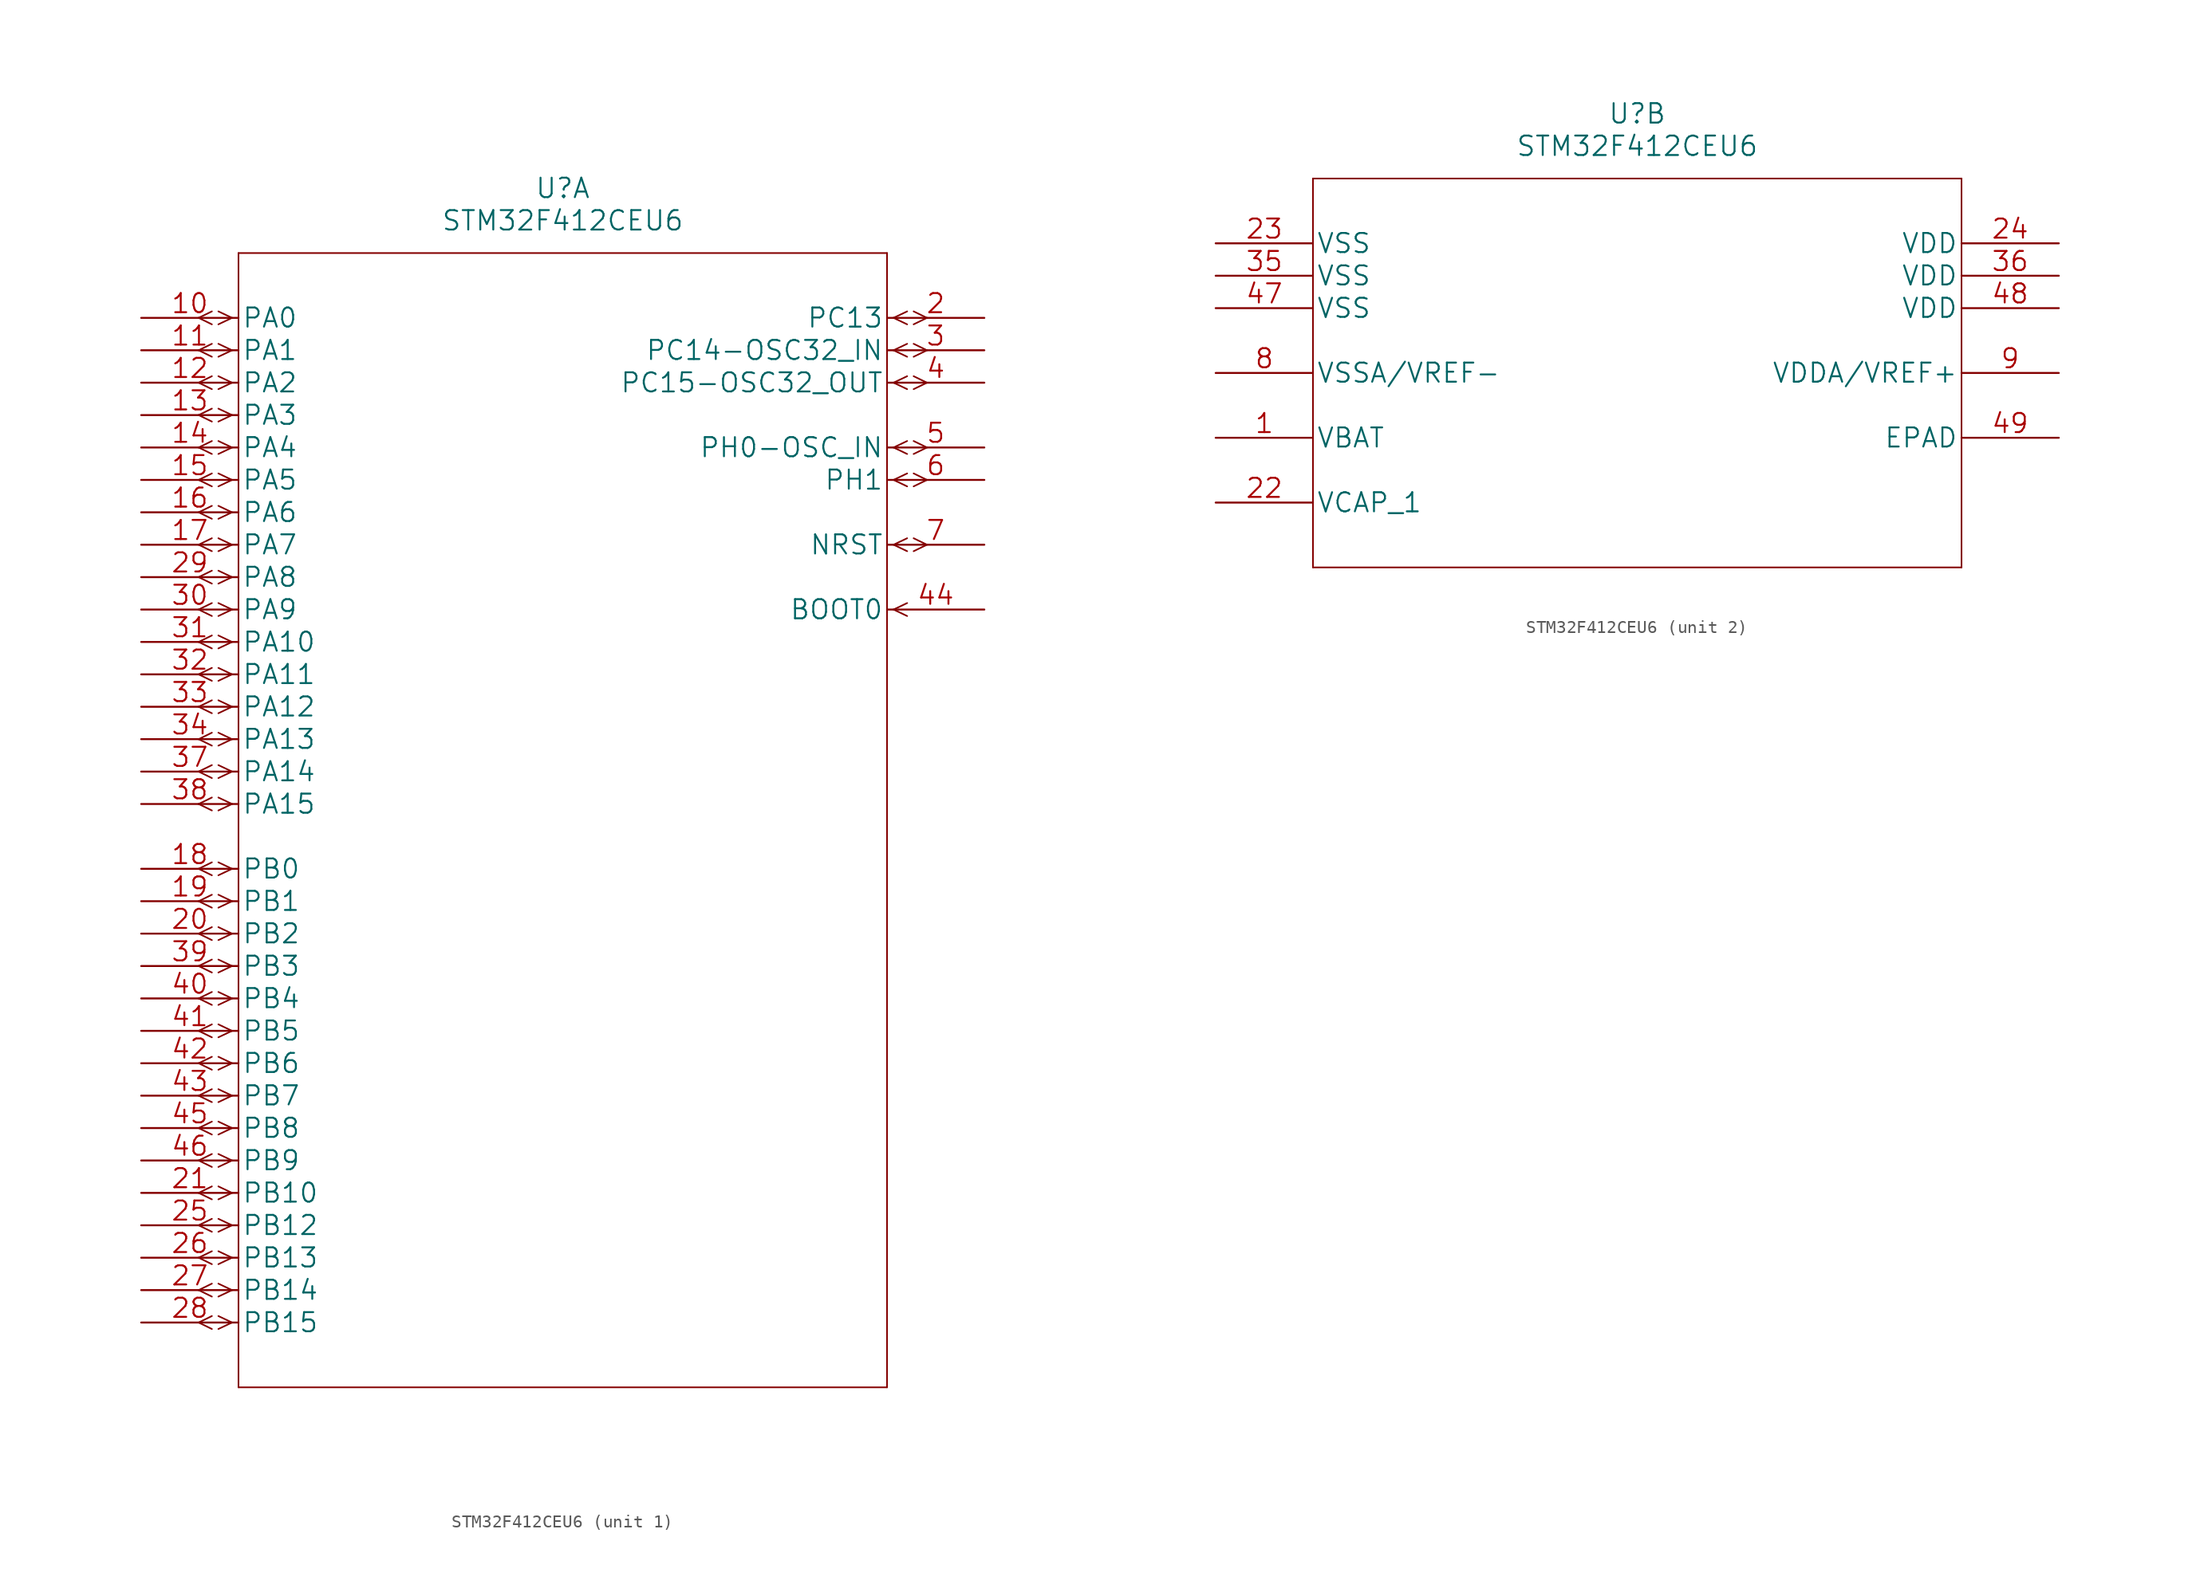
<source format=kicad_sym>
(kicad_symbol_lib
  (version 20211014)
  (generator kicad_symbol_editor)
  (symbol "STM32F412CEU6"
    (pin_names
      (offset 0.254))
    (property "Reference" "U"
      (at 33.02 10.16 0)
      (effects (font (size 1.524 1.524))))
    (property "Value" "STM32F412CEU6"
      (at 33.02 7.62 0)
      (effects (font (size 1.524 1.524))))
    (property "Datasheet" ""
      (at 0 0 0)
      (effects (font (size 1.524 1.524))))
    (symbol "STM32F412CEU6_1_1"
      (polyline (pts (xy 5.537 -79.248) (xy 4.496 -78.74)) (stroke (width 0.127) (type default) (color 0 0 0 0)) (fill (type none)))
      (polyline (pts (xy 5.537 -78.232) (xy 4.496 -78.74)) (stroke (width 0.127) (type default) (color 0 0 0 0)) (fill (type none)))
      (polyline (pts (xy 5.537 -76.708) (xy 4.496 -76.2)) (stroke (width 0.127) (type default) (color 0 0 0 0)) (fill (type none)))
      (polyline (pts (xy 5.537 -75.692) (xy 4.496 -76.2)) (stroke (width 0.127) (type default) (color 0 0 0 0)) (fill (type none)))
      (polyline (pts (xy 5.537 -74.168) (xy 4.496 -73.66)) (stroke (width 0.127) (type default) (color 0 0 0 0)) (fill (type none)))
      (polyline (pts (xy 5.537 -73.152) (xy 4.496 -73.66)) (stroke (width 0.127) (type default) (color 0 0 0 0)) (fill (type none)))
      (polyline (pts (xy 5.537 -71.628) (xy 4.496 -71.12)) (stroke (width 0.127) (type default) (color 0 0 0 0)) (fill (type none)))
      (polyline (pts (xy 5.537 -70.612) (xy 4.496 -71.12)) (stroke (width 0.127) (type default) (color 0 0 0 0)) (fill (type none)))
      (polyline (pts (xy 5.537 -69.088) (xy 4.496 -68.58)) (stroke (width 0.127) (type default) (color 0 0 0 0)) (fill (type none)))
      (polyline (pts (xy 5.537 -68.072) (xy 4.496 -68.58)) (stroke (width 0.127) (type default) (color 0 0 0 0)) (fill (type none)))
      (polyline (pts (xy 5.537 -66.548) (xy 4.496 -66.04)) (stroke (width 0.127) (type default) (color 0 0 0 0)) (fill (type none)))
      (polyline (pts (xy 5.537 -65.532) (xy 4.496 -66.04)) (stroke (width 0.127) (type default) (color 0 0 0 0)) (fill (type none)))
      (polyline (pts (xy 5.537 -64.008) (xy 4.496 -63.5)) (stroke (width 0.127) (type default) (color 0 0 0 0)) (fill (type none)))
      (polyline (pts (xy 5.537 -62.992) (xy 4.496 -63.5)) (stroke (width 0.127) (type default) (color 0 0 0 0)) (fill (type none)))
      (polyline (pts (xy 5.537 -61.468) (xy 4.496 -60.96)) (stroke (width 0.127) (type default) (color 0 0 0 0)) (fill (type none)))
      (polyline (pts (xy 5.537 -60.452) (xy 4.496 -60.96)) (stroke (width 0.127) (type default) (color 0 0 0 0)) (fill (type none)))
      (polyline (pts (xy 5.537 -58.928) (xy 4.496 -58.42)) (stroke (width 0.127) (type default) (color 0 0 0 0)) (fill (type none)))
      (polyline (pts (xy 5.537 -57.912) (xy 4.496 -58.42)) (stroke (width 0.127) (type default) (color 0 0 0 0)) (fill (type none)))
      (polyline (pts (xy 5.537 -56.388) (xy 4.496 -55.88)) (stroke (width 0.127) (type default) (color 0 0 0 0)) (fill (type none)))
      (polyline (pts (xy 5.537 -55.372) (xy 4.496 -55.88)) (stroke (width 0.127) (type default) (color 0 0 0 0)) (fill (type none)))
      (polyline (pts (xy 5.537 -53.848) (xy 4.496 -53.34)) (stroke (width 0.127) (type default) (color 0 0 0 0)) (fill (type none)))
      (polyline (pts (xy 5.537 -52.832) (xy 4.496 -53.34)) (stroke (width 0.127) (type default) (color 0 0 0 0)) (fill (type none)))
      (polyline (pts (xy 5.537 -51.308) (xy 4.496 -50.8)) (stroke (width 0.127) (type default) (color 0 0 0 0)) (fill (type none)))
      (polyline (pts (xy 5.537 -50.292) (xy 4.496 -50.8)) (stroke (width 0.127) (type default) (color 0 0 0 0)) (fill (type none)))
      (polyline (pts (xy 5.537 -48.768) (xy 4.496 -48.26)) (stroke (width 0.127) (type default) (color 0 0 0 0)) (fill (type none)))
      (polyline (pts (xy 5.537 -47.752) (xy 4.496 -48.26)) (stroke (width 0.127) (type default) (color 0 0 0 0)) (fill (type none)))
      (polyline (pts (xy 5.537 -46.228) (xy 4.496 -45.72)) (stroke (width 0.127) (type default) (color 0 0 0 0)) (fill (type none)))
      (polyline (pts (xy 5.537 -45.212) (xy 4.496 -45.72)) (stroke (width 0.127) (type default) (color 0 0 0 0)) (fill (type none)))
      (polyline (pts (xy 5.537 -43.688) (xy 4.496 -43.18)) (stroke (width 0.127) (type default) (color 0 0 0 0)) (fill (type none)))
      (polyline (pts (xy 5.537 -42.672) (xy 4.496 -43.18)) (stroke (width 0.127) (type default) (color 0 0 0 0)) (fill (type none)))
      (polyline (pts (xy 5.537 -38.608) (xy 4.496 -38.1)) (stroke (width 0.127) (type default) (color 0 0 0 0)) (fill (type none)))
      (polyline (pts (xy 5.537 -37.592) (xy 4.496 -38.1)) (stroke (width 0.127) (type default) (color 0 0 0 0)) (fill (type none)))
      (polyline (pts (xy 5.537 -36.068) (xy 4.496 -35.56)) (stroke (width 0.127) (type default) (color 0 0 0 0)) (fill (type none)))
      (polyline (pts (xy 5.537 -35.052) (xy 4.496 -35.56)) (stroke (width 0.127) (type default) (color 0 0 0 0)) (fill (type none)))
      (polyline (pts (xy 5.537 -33.528) (xy 4.496 -33.02)) (stroke (width 0.127) (type default) (color 0 0 0 0)) (fill (type none)))
      (polyline (pts (xy 5.537 -32.512) (xy 4.496 -33.02)) (stroke (width 0.127) (type default) (color 0 0 0 0)) (fill (type none)))
      (polyline (pts (xy 5.537 -30.988) (xy 4.496 -30.48)) (stroke (width 0.127) (type default) (color 0 0 0 0)) (fill (type none)))
      (polyline (pts (xy 5.537 -29.972) (xy 4.496 -30.48)) (stroke (width 0.127) (type default) (color 0 0 0 0)) (fill (type none)))
      (polyline (pts (xy 5.537 -28.448) (xy 4.496 -27.94)) (stroke (width 0.127) (type default) (color 0 0 0 0)) (fill (type none)))
      (polyline (pts (xy 5.537 -27.432) (xy 4.496 -27.94)) (stroke (width 0.127) (type default) (color 0 0 0 0)) (fill (type none)))
      (polyline (pts (xy 5.537 -25.908) (xy 4.496 -25.4)) (stroke (width 0.127) (type default) (color 0 0 0 0)) (fill (type none)))
      (polyline (pts (xy 5.537 -24.892) (xy 4.496 -25.4)) (stroke (width 0.127) (type default) (color 0 0 0 0)) (fill (type none)))
      (polyline (pts (xy 5.537 -23.368) (xy 4.496 -22.86)) (stroke (width 0.127) (type default) (color 0 0 0 0)) (fill (type none)))
      (polyline (pts (xy 5.537 -22.352) (xy 4.496 -22.86)) (stroke (width 0.127) (type default) (color 0 0 0 0)) (fill (type none)))
      (polyline (pts (xy 5.537 -20.828) (xy 4.496 -20.32)) (stroke (width 0.127) (type default) (color 0 0 0 0)) (fill (type none)))
      (polyline (pts (xy 5.537 -19.812) (xy 4.496 -20.32)) (stroke (width 0.127) (type default) (color 0 0 0 0)) (fill (type none)))
      (polyline (pts (xy 5.537 -18.288) (xy 4.496 -17.78)) (stroke (width 0.127) (type default) (color 0 0 0 0)) (fill (type none)))
      (polyline (pts (xy 5.537 -17.272) (xy 4.496 -17.78)) (stroke (width 0.127) (type default) (color 0 0 0 0)) (fill (type none)))
      (polyline (pts (xy 5.537 -15.748) (xy 4.496 -15.24)) (stroke (width 0.127) (type default) (color 0 0 0 0)) (fill (type none)))
      (polyline (pts (xy 5.537 -14.732) (xy 4.496 -15.24)) (stroke (width 0.127) (type default) (color 0 0 0 0)) (fill (type none)))
      (polyline (pts (xy 5.537 -13.208) (xy 4.496 -12.7)) (stroke (width 0.127) (type default) (color 0 0 0 0)) (fill (type none)))
      (polyline (pts (xy 5.537 -12.192) (xy 4.496 -12.7)) (stroke (width 0.127) (type default) (color 0 0 0 0)) (fill (type none)))
      (polyline (pts (xy 5.537 -10.668) (xy 4.496 -10.16)) (stroke (width 0.127) (type default) (color 0 0 0 0)) (fill (type none)))
      (polyline (pts (xy 5.537 -9.652) (xy 4.496 -10.16)) (stroke (width 0.127) (type default) (color 0 0 0 0)) (fill (type none)))
      (polyline (pts (xy 5.537 -8.128) (xy 4.496 -7.62)) (stroke (width 0.127) (type default) (color 0 0 0 0)) (fill (type none)))
      (polyline (pts (xy 5.537 -7.112) (xy 4.496 -7.62)) (stroke (width 0.127) (type default) (color 0 0 0 0)) (fill (type none)))
      (polyline (pts (xy 5.537 -5.588) (xy 4.496 -5.08)) (stroke (width 0.127) (type default) (color 0 0 0 0)) (fill (type none)))
      (polyline (pts (xy 5.537 -4.572) (xy 4.496 -5.08)) (stroke (width 0.127) (type default) (color 0 0 0 0)) (fill (type none)))
      (polyline (pts (xy 5.537 -3.048) (xy 4.496 -2.54)) (stroke (width 0.127) (type default) (color 0 0 0 0)) (fill (type none)))
      (polyline (pts (xy 5.537 -2.032) (xy 4.496 -2.54)) (stroke (width 0.127) (type default) (color 0 0 0 0)) (fill (type none)))
      (polyline (pts (xy 5.537 -0.508) (xy 4.496 0)) (stroke (width 0.127) (type default) (color 0 0 0 0)) (fill (type none)))
      (polyline (pts (xy 5.537 0.508) (xy 4.496 0)) (stroke (width 0.127) (type default) (color 0 0 0 0)) (fill (type none)))
      (polyline (pts (xy 7.112 -78.74) (xy 6.045 -79.248)) (stroke (width 0.127) (type default) (color 0 0 0 0)) (fill (type none)))
      (polyline (pts (xy 7.112 -78.74) (xy 6.045 -78.232)) (stroke (width 0.127) (type default) (color 0 0 0 0)) (fill (type none)))
      (polyline (pts (xy 7.112 -76.2) (xy 6.045 -76.708)) (stroke (width 0.127) (type default) (color 0 0 0 0)) (fill (type none)))
      (polyline (pts (xy 7.112 -76.2) (xy 6.045 -75.692)) (stroke (width 0.127) (type default) (color 0 0 0 0)) (fill (type none)))
      (polyline (pts (xy 7.112 -73.66) (xy 6.045 -74.168)) (stroke (width 0.127) (type default) (color 0 0 0 0)) (fill (type none)))
      (polyline (pts (xy 7.112 -73.66) (xy 6.045 -73.152)) (stroke (width 0.127) (type default) (color 0 0 0 0)) (fill (type none)))
      (polyline (pts (xy 7.112 -71.12) (xy 6.045 -71.628)) (stroke (width 0.127) (type default) (color 0 0 0 0)) (fill (type none)))
      (polyline (pts (xy 7.112 -71.12) (xy 6.045 -70.612)) (stroke (width 0.127) (type default) (color 0 0 0 0)) (fill (type none)))
      (polyline (pts (xy 7.112 -68.58) (xy 6.045 -69.088)) (stroke (width 0.127) (type default) (color 0 0 0 0)) (fill (type none)))
      (polyline (pts (xy 7.112 -68.58) (xy 6.045 -68.072)) (stroke (width 0.127) (type default) (color 0 0 0 0)) (fill (type none)))
      (polyline (pts (xy 7.112 -66.04) (xy 6.045 -66.548)) (stroke (width 0.127) (type default) (color 0 0 0 0)) (fill (type none)))
      (polyline (pts (xy 7.112 -66.04) (xy 6.045 -65.532)) (stroke (width 0.127) (type default) (color 0 0 0 0)) (fill (type none)))
      (polyline (pts (xy 7.112 -63.5) (xy 6.045 -64.008)) (stroke (width 0.127) (type default) (color 0 0 0 0)) (fill (type none)))
      (polyline (pts (xy 7.112 -63.5) (xy 6.045 -62.992)) (stroke (width 0.127) (type default) (color 0 0 0 0)) (fill (type none)))
      (polyline (pts (xy 7.112 -60.96) (xy 6.045 -61.468)) (stroke (width 0.127) (type default) (color 0 0 0 0)) (fill (type none)))
      (polyline (pts (xy 7.112 -60.96) (xy 6.045 -60.452)) (stroke (width 0.127) (type default) (color 0 0 0 0)) (fill (type none)))
      (polyline (pts (xy 7.112 -58.42) (xy 6.045 -58.928)) (stroke (width 0.127) (type default) (color 0 0 0 0)) (fill (type none)))
      (polyline (pts (xy 7.112 -58.42) (xy 6.045 -57.912)) (stroke (width 0.127) (type default) (color 0 0 0 0)) (fill (type none)))
      (polyline (pts (xy 7.112 -55.88) (xy 6.045 -56.388)) (stroke (width 0.127) (type default) (color 0 0 0 0)) (fill (type none)))
      (polyline (pts (xy 7.112 -55.88) (xy 6.045 -55.372)) (stroke (width 0.127) (type default) (color 0 0 0 0)) (fill (type none)))
      (polyline (pts (xy 7.112 -53.34) (xy 6.045 -53.848)) (stroke (width 0.127) (type default) (color 0 0 0 0)) (fill (type none)))
      (polyline (pts (xy 7.112 -53.34) (xy 6.045 -52.832)) (stroke (width 0.127) (type default) (color 0 0 0 0)) (fill (type none)))
      (polyline (pts (xy 7.112 -50.8) (xy 6.045 -51.308)) (stroke (width 0.127) (type default) (color 0 0 0 0)) (fill (type none)))
      (polyline (pts (xy 7.112 -50.8) (xy 6.045 -50.292)) (stroke (width 0.127) (type default) (color 0 0 0 0)) (fill (type none)))
      (polyline (pts (xy 7.112 -48.26) (xy 6.045 -48.768)) (stroke (width 0.127) (type default) (color 0 0 0 0)) (fill (type none)))
      (polyline (pts (xy 7.112 -48.26) (xy 6.045 -47.752)) (stroke (width 0.127) (type default) (color 0 0 0 0)) (fill (type none)))
      (polyline (pts (xy 7.112 -45.72) (xy 6.045 -46.228)) (stroke (width 0.127) (type default) (color 0 0 0 0)) (fill (type none)))
      (polyline (pts (xy 7.112 -45.72) (xy 6.045 -45.212)) (stroke (width 0.127) (type default) (color 0 0 0 0)) (fill (type none)))
      (polyline (pts (xy 7.112 -43.18) (xy 6.045 -43.688)) (stroke (width 0.127) (type default) (color 0 0 0 0)) (fill (type none)))
      (polyline (pts (xy 7.112 -43.18) (xy 6.045 -42.672)) (stroke (width 0.127) (type default) (color 0 0 0 0)) (fill (type none)))
      (polyline (pts (xy 7.112 -38.1) (xy 6.045 -38.608)) (stroke (width 0.127) (type default) (color 0 0 0 0)) (fill (type none)))
      (polyline (pts (xy 7.112 -38.1) (xy 6.045 -37.592)) (stroke (width 0.127) (type default) (color 0 0 0 0)) (fill (type none)))
      (polyline (pts (xy 7.112 -35.56) (xy 6.045 -36.068)) (stroke (width 0.127) (type default) (color 0 0 0 0)) (fill (type none)))
      (polyline (pts (xy 7.112 -35.56) (xy 6.045 -35.052)) (stroke (width 0.127) (type default) (color 0 0 0 0)) (fill (type none)))
      (polyline (pts (xy 7.112 -33.02) (xy 6.045 -33.528)) (stroke (width 0.127) (type default) (color 0 0 0 0)) (fill (type none)))
      (polyline (pts (xy 7.112 -33.02) (xy 6.045 -32.512)) (stroke (width 0.127) (type default) (color 0 0 0 0)) (fill (type none)))
      (polyline (pts (xy 7.112 -30.48) (xy 6.045 -30.988)) (stroke (width 0.127) (type default) (color 0 0 0 0)) (fill (type none)))
      (polyline (pts (xy 7.112 -30.48) (xy 6.045 -29.972)) (stroke (width 0.127) (type default) (color 0 0 0 0)) (fill (type none)))
      (polyline (pts (xy 7.112 -27.94) (xy 6.045 -28.448)) (stroke (width 0.127) (type default) (color 0 0 0 0)) (fill (type none)))
      (polyline (pts (xy 7.112 -27.94) (xy 6.045 -27.432)) (stroke (width 0.127) (type default) (color 0 0 0 0)) (fill (type none)))
      (polyline (pts (xy 7.112 -25.4) (xy 6.045 -25.908)) (stroke (width 0.127) (type default) (color 0 0 0 0)) (fill (type none)))
      (polyline (pts (xy 7.112 -25.4) (xy 6.045 -24.892)) (stroke (width 0.127) (type default) (color 0 0 0 0)) (fill (type none)))
      (polyline (pts (xy 7.112 -22.86) (xy 6.045 -23.368)) (stroke (width 0.127) (type default) (color 0 0 0 0)) (fill (type none)))
      (polyline (pts (xy 7.112 -22.86) (xy 6.045 -22.352)) (stroke (width 0.127) (type default) (color 0 0 0 0)) (fill (type none)))
      (polyline (pts (xy 7.112 -20.32) (xy 6.045 -20.828)) (stroke (width 0.127) (type default) (color 0 0 0 0)) (fill (type none)))
      (polyline (pts (xy 7.112 -20.32) (xy 6.045 -19.812)) (stroke (width 0.127) (type default) (color 0 0 0 0)) (fill (type none)))
      (polyline (pts (xy 7.112 -17.78) (xy 6.045 -18.288)) (stroke (width 0.127) (type default) (color 0 0 0 0)) (fill (type none)))
      (polyline (pts (xy 7.112 -17.78) (xy 6.045 -17.272)) (stroke (width 0.127) (type default) (color 0 0 0 0)) (fill (type none)))
      (polyline (pts (xy 7.112 -15.24) (xy 6.045 -15.748)) (stroke (width 0.127) (type default) (color 0 0 0 0)) (fill (type none)))
      (polyline (pts (xy 7.112 -15.24) (xy 6.045 -14.732)) (stroke (width 0.127) (type default) (color 0 0 0 0)) (fill (type none)))
      (polyline (pts (xy 7.112 -12.7) (xy 6.045 -13.208)) (stroke (width 0.127) (type default) (color 0 0 0 0)) (fill (type none)))
      (polyline (pts (xy 7.112 -12.7) (xy 6.045 -12.192)) (stroke (width 0.127) (type default) (color 0 0 0 0)) (fill (type none)))
      (polyline (pts (xy 7.112 -10.16) (xy 6.045 -10.668)) (stroke (width 0.127) (type default) (color 0 0 0 0)) (fill (type none)))
      (polyline (pts (xy 7.112 -10.16) (xy 6.045 -9.652)) (stroke (width 0.127) (type default) (color 0 0 0 0)) (fill (type none)))
      (polyline (pts (xy 7.112 -7.62) (xy 6.045 -8.128)) (stroke (width 0.127) (type default) (color 0 0 0 0)) (fill (type none)))
      (polyline (pts (xy 7.112 -7.62) (xy 6.045 -7.112)) (stroke (width 0.127) (type default) (color 0 0 0 0)) (fill (type none)))
      (polyline (pts (xy 7.112 -5.08) (xy 6.045 -5.588)) (stroke (width 0.127) (type default) (color 0 0 0 0)) (fill (type none)))
      (polyline (pts (xy 7.112 -5.08) (xy 6.045 -4.572)) (stroke (width 0.127) (type default) (color 0 0 0 0)) (fill (type none)))
      (polyline (pts (xy 7.112 -2.54) (xy 6.045 -3.048)) (stroke (width 0.127) (type default) (color 0 0 0 0)) (fill (type none)))
      (polyline (pts (xy 7.112 -2.54) (xy 6.045 -2.032)) (stroke (width 0.127) (type default) (color 0 0 0 0)) (fill (type none)))
      (polyline (pts (xy 7.112 0) (xy 6.045 -0.508)) (stroke (width 0.127) (type default) (color 0 0 0 0)) (fill (type none)))
      (polyline (pts (xy 7.112 0) (xy 6.045 0.508)) (stroke (width 0.127) (type default) (color 0 0 0 0)) (fill (type none)))
      (polyline (pts (xy 7.62 -83.82) (xy 58.42 -83.82)) (stroke (width 0.127) (type default) (color 0 0 0 0)) (fill (type none)))
      (polyline (pts (xy 7.62 5.08) (xy 7.62 -83.82)) (stroke (width 0.127) (type default) (color 0 0 0 0)) (fill (type none)))
      (polyline (pts (xy 58.42 -83.82) (xy 58.42 5.08)) (stroke (width 0.127) (type default) (color 0 0 0 0)) (fill (type none)))
      (polyline (pts (xy 58.42 5.08) (xy 7.62 5.08)) (stroke (width 0.127) (type default) (color 0 0 0 0)) (fill (type none)))
      (polyline (pts (xy 58.928 -22.86) (xy 59.995 -23.368)) (stroke (width 0.127) (type default) (color 0 0 0 0)) (fill (type none)))
      (polyline (pts (xy 58.928 -22.86) (xy 59.995 -22.352)) (stroke (width 0.127) (type default) (color 0 0 0 0)) (fill (type none)))
      (polyline (pts (xy 58.928 -17.78) (xy 59.995 -18.288)) (stroke (width 0.127) (type default) (color 0 0 0 0)) (fill (type none)))
      (polyline (pts (xy 58.928 -17.78) (xy 59.995 -17.272)) (stroke (width 0.127) (type default) (color 0 0 0 0)) (fill (type none)))
      (polyline (pts (xy 58.928 -12.7) (xy 59.995 -13.208)) (stroke (width 0.127) (type default) (color 0 0 0 0)) (fill (type none)))
      (polyline (pts (xy 58.928 -12.7) (xy 59.995 -12.192)) (stroke (width 0.127) (type default) (color 0 0 0 0)) (fill (type none)))
      (polyline (pts (xy 58.928 -10.16) (xy 59.995 -10.668)) (stroke (width 0.127) (type default) (color 0 0 0 0)) (fill (type none)))
      (polyline (pts (xy 58.928 -10.16) (xy 59.995 -9.652)) (stroke (width 0.127) (type default) (color 0 0 0 0)) (fill (type none)))
      (polyline (pts (xy 58.928 -5.08) (xy 59.995 -5.588)) (stroke (width 0.127) (type default) (color 0 0 0 0)) (fill (type none)))
      (polyline (pts (xy 58.928 -5.08) (xy 59.995 -4.572)) (stroke (width 0.127) (type default) (color 0 0 0 0)) (fill (type none)))
      (polyline (pts (xy 58.928 -2.54) (xy 59.995 -3.048)) (stroke (width 0.127) (type default) (color 0 0 0 0)) (fill (type none)))
      (polyline (pts (xy 58.928 -2.54) (xy 59.995 -2.032)) (stroke (width 0.127) (type default) (color 0 0 0 0)) (fill (type none)))
      (polyline (pts (xy 58.928 0) (xy 59.995 -0.508)) (stroke (width 0.127) (type default) (color 0 0 0 0)) (fill (type none)))
      (polyline (pts (xy 58.928 0) (xy 59.995 0.508)) (stroke (width 0.127) (type default) (color 0 0 0 0)) (fill (type none)))
      (polyline (pts (xy 60.503 -18.288) (xy 61.544 -17.78)) (stroke (width 0.127) (type default) (color 0 0 0 0)) (fill (type none)))
      (polyline (pts (xy 60.503 -17.272) (xy 61.544 -17.78)) (stroke (width 0.127) (type default) (color 0 0 0 0)) (fill (type none)))
      (polyline (pts (xy 60.503 -13.208) (xy 61.544 -12.7)) (stroke (width 0.127) (type default) (color 0 0 0 0)) (fill (type none)))
      (polyline (pts (xy 60.503 -12.192) (xy 61.544 -12.7)) (stroke (width 0.127) (type default) (color 0 0 0 0)) (fill (type none)))
      (polyline (pts (xy 60.503 -10.668) (xy 61.544 -10.16)) (stroke (width 0.127) (type default) (color 0 0 0 0)) (fill (type none)))
      (polyline (pts (xy 60.503 -9.652) (xy 61.544 -10.16)) (stroke (width 0.127) (type default) (color 0 0 0 0)) (fill (type none)))
      (polyline (pts (xy 60.503 -5.588) (xy 61.544 -5.08)) (stroke (width 0.127) (type default) (color 0 0 0 0)) (fill (type none)))
      (polyline (pts (xy 60.503 -4.572) (xy 61.544 -5.08)) (stroke (width 0.127) (type default) (color 0 0 0 0)) (fill (type none)))
      (polyline (pts (xy 60.503 -3.048) (xy 61.544 -2.54)) (stroke (width 0.127) (type default) (color 0 0 0 0)) (fill (type none)))
      (polyline (pts (xy 60.503 -2.032) (xy 61.544 -2.54)) (stroke (width 0.127) (type default) (color 0 0 0 0)) (fill (type none)))
      (polyline (pts (xy 60.503 -0.508) (xy 61.544 0)) (stroke (width 0.127) (type default) (color 0 0 0 0)) (fill (type none)))
      (polyline (pts (xy 60.503 0.508) (xy 61.544 0)) (stroke (width 0.127) (type default) (color 0 0 0 0)) (fill (type none)))
      (pin bidirectional line (at 0 0 0) (length 7.62) (name "PA0" (effects (font (size 1.499 1.499)))) (number "10" (effects (font (size 1.499 1.499)))))
      (pin bidirectional line (at 0 -2.54 0) (length 7.62) (name "PA1" (effects (font (size 1.499 1.499)))) (number "11" (effects (font (size 1.499 1.499)))))
      (pin bidirectional line (at 0 -5.08 0) (length 7.62) (name "PA2" (effects (font (size 1.499 1.499)))) (number "12" (effects (font (size 1.499 1.499)))))
      (pin bidirectional line (at 0 -7.62 0) (length 7.62) (name "PA3" (effects (font (size 1.499 1.499)))) (number "13" (effects (font (size 1.499 1.499)))))
      (pin bidirectional line (at 0 -10.16 0) (length 7.62) (name "PA4" (effects (font (size 1.499 1.499)))) (number "14" (effects (font (size 1.499 1.499)))))
      (pin bidirectional line (at 0 -12.7 0) (length 7.62) (name "PA5" (effects (font (size 1.499 1.499)))) (number "15" (effects (font (size 1.499 1.499)))))
      (pin bidirectional line (at 0 -15.24 0) (length 7.62) (name "PA6" (effects (font (size 1.499 1.499)))) (number "16" (effects (font (size 1.499 1.499)))))
      (pin bidirectional line (at 0 -17.78 0) (length 7.62) (name "PA7" (effects (font (size 1.499 1.499)))) (number "17" (effects (font (size 1.499 1.499)))))
      (pin bidirectional line (at 0 -43.18 0) (length 7.62) (name "PB0" (effects (font (size 1.499 1.499)))) (number "18" (effects (font (size 1.499 1.499)))))
      (pin bidirectional line (at 0 -45.72 0) (length 7.62) (name "PB1" (effects (font (size 1.499 1.499)))) (number "19" (effects (font (size 1.499 1.499)))))
      (pin bidirectional line (at 66.04 0 180) (length 7.62) (name "PC13" (effects (font (size 1.499 1.499)))) (number "2" (effects (font (size 1.499 1.499)))))
      (pin bidirectional line (at 0 -48.26 0) (length 7.62) (name "PB2" (effects (font (size 1.499 1.499)))) (number "20" (effects (font (size 1.499 1.499)))))
      (pin bidirectional line (at 0 -68.58 0) (length 7.62) (name "PB10" (effects (font (size 1.499 1.499)))) (number "21" (effects (font (size 1.499 1.499)))))
      (pin bidirectional line (at 0 -71.12 0) (length 7.62) (name "PB12" (effects (font (size 1.499 1.499)))) (number "25" (effects (font (size 1.499 1.499)))))
      (pin bidirectional line (at 0 -73.66 0) (length 7.62) (name "PB13" (effects (font (size 1.499 1.499)))) (number "26" (effects (font (size 1.499 1.499)))))
      (pin bidirectional line (at 0 -76.2 0) (length 7.62) (name "PB14" (effects (font (size 1.499 1.499)))) (number "27" (effects (font (size 1.499 1.499)))))
      (pin bidirectional line (at 0 -78.74 0) (length 7.62) (name "PB15" (effects (font (size 1.499 1.499)))) (number "28" (effects (font (size 1.499 1.499)))))
      (pin bidirectional line (at 0 -20.32 0) (length 7.62) (name "PA8" (effects (font (size 1.499 1.499)))) (number "29" (effects (font (size 1.499 1.499)))))
      (pin bidirectional line (at 66.04 -2.54 180) (length 7.62) (name "PC14-OSC32_IN" (effects (font (size 1.499 1.499)))) (number "3" (effects (font (size 1.499 1.499)))))
      (pin bidirectional line (at 0 -22.86 0) (length 7.62) (name "PA9" (effects (font (size 1.499 1.499)))) (number "30" (effects (font (size 1.499 1.499)))))
      (pin bidirectional line (at 0 -25.4 0) (length 7.62) (name "PA10" (effects (font (size 1.499 1.499)))) (number "31" (effects (font (size 1.499 1.499)))))
      (pin bidirectional line (at 0 -27.94 0) (length 7.62) (name "PA11" (effects (font (size 1.499 1.499)))) (number "32" (effects (font (size 1.499 1.499)))))
      (pin bidirectional line (at 0 -30.48 0) (length 7.62) (name "PA12" (effects (font (size 1.499 1.499)))) (number "33" (effects (font (size 1.499 1.499)))))
      (pin bidirectional line (at 0 -33.02 0) (length 7.62) (name "PA13" (effects (font (size 1.499 1.499)))) (number "34" (effects (font (size 1.499 1.499)))))
      (pin bidirectional line (at 0 -35.56 0) (length 7.62) (name "PA14" (effects (font (size 1.499 1.499)))) (number "37" (effects (font (size 1.499 1.499)))))
      (pin bidirectional line (at 0 -38.1 0) (length 7.62) (name "PA15" (effects (font (size 1.499 1.499)))) (number "38" (effects (font (size 1.499 1.499)))))
      (pin bidirectional line (at 0 -50.8 0) (length 7.62) (name "PB3" (effects (font (size 1.499 1.499)))) (number "39" (effects (font (size 1.499 1.499)))))
      (pin bidirectional line (at 66.04 -5.08 180) (length 7.62) (name "PC15-OSC32_OUT" (effects (font (size 1.499 1.499)))) (number "4" (effects (font (size 1.499 1.499)))))
      (pin bidirectional line (at 0 -53.34 0) (length 7.62) (name "PB4" (effects (font (size 1.499 1.499)))) (number "40" (effects (font (size 1.499 1.499)))))
      (pin bidirectional line (at 0 -55.88 0) (length 7.62) (name "PB5" (effects (font (size 1.499 1.499)))) (number "41" (effects (font (size 1.499 1.499)))))
      (pin bidirectional line (at 0 -58.42 0) (length 7.62) (name "PB6" (effects (font (size 1.499 1.499)))) (number "42" (effects (font (size 1.499 1.499)))))
      (pin bidirectional line (at 0 -60.96 0) (length 7.62) (name "PB7" (effects (font (size 1.499 1.499)))) (number "43" (effects (font (size 1.499 1.499)))))
      (pin input line (at 66.04 -22.86 180) (length 7.62) (name "BOOT0" (effects (font (size 1.499 1.499)))) (number "44" (effects (font (size 1.499 1.499)))))
      (pin bidirectional line (at 0 -63.5 0) (length 7.62) (name "PB8" (effects (font (size 1.499 1.499)))) (number "45" (effects (font (size 1.499 1.499)))))
      (pin bidirectional line (at 0 -66.04 0) (length 7.62) (name "PB9" (effects (font (size 1.499 1.499)))) (number "46" (effects (font (size 1.499 1.499)))))
      (pin bidirectional line (at 66.04 -10.16 180) (length 7.62) (name "PH0-OSC_IN" (effects (font (size 1.499 1.499)))) (number "5" (effects (font (size 1.499 1.499)))))
      (pin bidirectional line (at 66.04 -12.7 180) (length 7.62) (name "PH1" (effects (font (size 1.499 1.499)))) (number "6" (effects (font (size 1.499 1.499)))))
      (pin bidirectional line (at 66.04 -17.78 180) (length 7.62) (name "NRST" (effects (font (size 1.499 1.499)))) (number "7" (effects (font (size 1.499 1.499))))))
    (symbol "STM32F412CEU6_2_1"
      (polyline (pts (xy 7.62 -25.4) (xy 58.42 -25.4)) (stroke (width 0.127) (type default) (color 0 0 0 0)) (fill (type none)))
      (polyline (pts (xy 7.62 5.08) (xy 7.62 -25.4)) (stroke (width 0.127) (type default) (color 0 0 0 0)) (fill (type none)))
      (polyline (pts (xy 58.42 -25.4) (xy 58.42 5.08)) (stroke (width 0.127) (type default) (color 0 0 0 0)) (fill (type none)))
      (polyline (pts (xy 58.42 5.08) (xy 7.62 5.08)) (stroke (width 0.127) (type default) (color 0 0 0 0)) (fill (type none)))
      (pin power_in line (at 0 -15.24 0) (length 7.62) (name "VBAT" (effects (font (size 1.499 1.499)))) (number "1" (effects (font (size 1.499 1.499)))))
      (pin power_in line (at 0 -20.32 0) (length 7.62) (name "VCAP_1" (effects (font (size 1.499 1.499)))) (number "22" (effects (font (size 1.499 1.499)))))
      (pin power_in line (at 0 0 0) (length 7.62) (name "VSS" (effects (font (size 1.499 1.499)))) (number "23" (effects (font (size 1.499 1.499)))))
      (pin power_in line (at 66.04 0 180) (length 7.62) (name "VDD" (effects (font (size 1.499 1.499)))) (number "24" (effects (font (size 1.499 1.499)))))
      (pin power_in line (at 0 -2.54 0) (length 7.62) (name "VSS" (effects (font (size 1.499 1.499)))) (number "35" (effects (font (size 1.499 1.499)))))
      (pin power_in line (at 66.04 -2.54 180) (length 7.62) (name "VDD" (effects (font (size 1.499 1.499)))) (number "36" (effects (font (size 1.499 1.499)))))
      (pin power_in line (at 0 -5.08 0) (length 7.62) (name "VSS" (effects (font (size 1.499 1.499)))) (number "47" (effects (font (size 1.499 1.499)))))
      (pin power_in line (at 66.04 -5.08 180) (length 7.62) (name "VDD" (effects (font (size 1.499 1.499)))) (number "48" (effects (font (size 1.499 1.499)))))
      (pin unspecified line (at 66.04 -15.24 180) (length 7.62) (name "EPAD" (effects (font (size 1.499 1.499)))) (number "49" (effects (font (size 1.499 1.499)))))
      (pin power_in line (at 0 -10.16 0) (length 7.62) (name "VSSA/VREF-" (effects (font (size 1.499 1.499)))) (number "8" (effects (font (size 1.499 1.499)))))
      (pin power_in line (at 66.04 -10.16 180) (length 7.62) (name "VDDA/VREF+" (effects (font (size 1.499 1.499)))) (number "9" (effects (font (size 1.499 1.499))))))))
</source>
